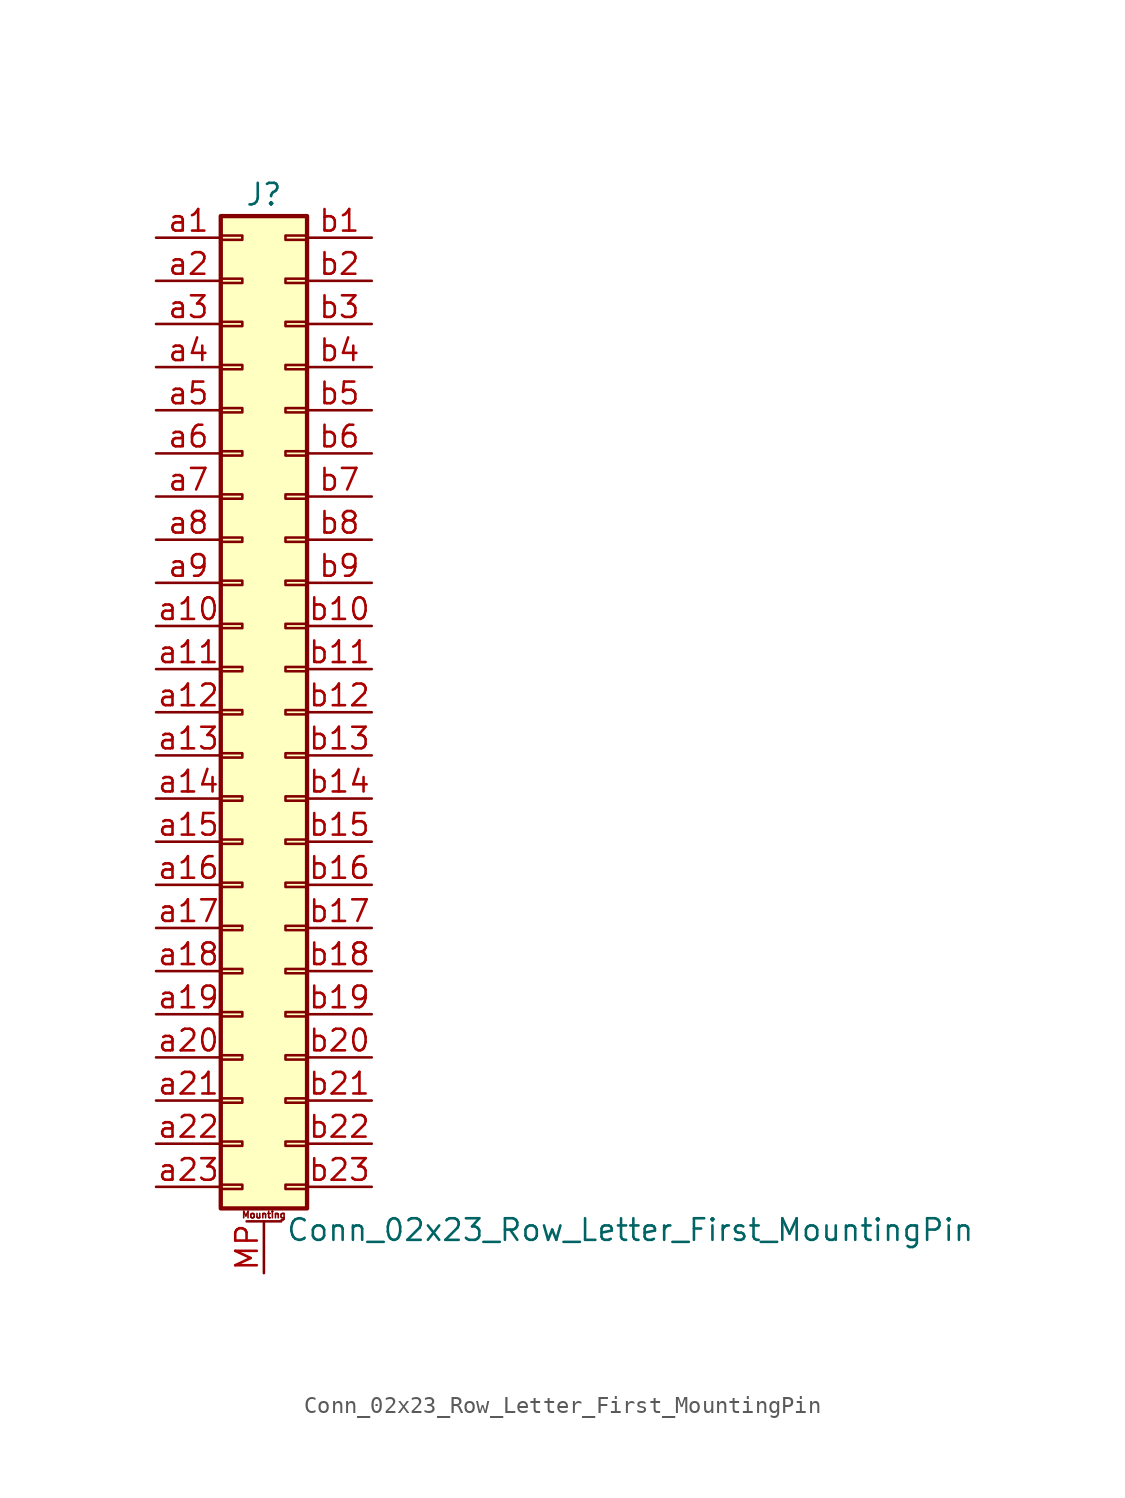
<source format=kicad_sym>
(kicad_symbol_lib
  (version 20211014)
  (generator kicad_symbol_editor)
  (symbol "Conn_02x23_Row_Letter_First_MountingPin"
    (pin_names
      (offset 1.016) hide)
    (property "Reference" "J"
      (at 1.27 30.48 0)
      (effects (font (size 1.27 1.27))))
    (property "Value" "Conn_02x23_Row_Letter_First_MountingPin"
      (at 2.54 -30.48 0)
      (effects (font (size 1.27 1.27)) (justify left)))
    (symbol "Conn_02x23_Row_Letter_First_MountingPin_1_1"
      (rectangle (start -1.27 -27.813) (end 0 -28.067) (stroke (width 0.152) (type default) (color 0 0 0 0)) (fill (type none)))
      (rectangle (start -1.27 -25.273) (end 0 -25.527) (stroke (width 0.152) (type default) (color 0 0 0 0)) (fill (type none)))
      (rectangle (start -1.27 -22.733) (end 0 -22.987) (stroke (width 0.152) (type default) (color 0 0 0 0)) (fill (type none)))
      (rectangle (start -1.27 -20.193) (end 0 -20.447) (stroke (width 0.152) (type default) (color 0 0 0 0)) (fill (type none)))
      (rectangle (start -1.27 -17.653) (end 0 -17.907) (stroke (width 0.152) (type default) (color 0 0 0 0)) (fill (type none)))
      (rectangle (start -1.27 -15.113) (end 0 -15.367) (stroke (width 0.152) (type default) (color 0 0 0 0)) (fill (type none)))
      (rectangle (start -1.27 -12.573) (end 0 -12.827) (stroke (width 0.152) (type default) (color 0 0 0 0)) (fill (type none)))
      (rectangle (start -1.27 -10.033) (end 0 -10.287) (stroke (width 0.152) (type default) (color 0 0 0 0)) (fill (type none)))
      (rectangle (start -1.27 -7.493) (end 0 -7.747) (stroke (width 0.152) (type default) (color 0 0 0 0)) (fill (type none)))
      (rectangle (start -1.27 -4.953) (end 0 -5.207) (stroke (width 0.152) (type default) (color 0 0 0 0)) (fill (type none)))
      (rectangle (start -1.27 -2.413) (end 0 -2.667) (stroke (width 0.152) (type default) (color 0 0 0 0)) (fill (type none)))
      (rectangle (start -1.27 0.127) (end 0 -0.127) (stroke (width 0.152) (type default) (color 0 0 0 0)) (fill (type none)))
      (rectangle (start -1.27 2.667) (end 0 2.413) (stroke (width 0.152) (type default) (color 0 0 0 0)) (fill (type none)))
      (rectangle (start -1.27 5.207) (end 0 4.953) (stroke (width 0.152) (type default) (color 0 0 0 0)) (fill (type none)))
      (rectangle (start -1.27 7.747) (end 0 7.493) (stroke (width 0.152) (type default) (color 0 0 0 0)) (fill (type none)))
      (rectangle (start -1.27 10.287) (end 0 10.033) (stroke (width 0.152) (type default) (color 0 0 0 0)) (fill (type none)))
      (rectangle (start -1.27 12.827) (end 0 12.573) (stroke (width 0.152) (type default) (color 0 0 0 0)) (fill (type none)))
      (rectangle (start -1.27 15.367) (end 0 15.113) (stroke (width 0.152) (type default) (color 0 0 0 0)) (fill (type none)))
      (rectangle (start -1.27 17.907) (end 0 17.653) (stroke (width 0.152) (type default) (color 0 0 0 0)) (fill (type none)))
      (rectangle (start -1.27 20.447) (end 0 20.193) (stroke (width 0.152) (type default) (color 0 0 0 0)) (fill (type none)))
      (rectangle (start -1.27 22.987) (end 0 22.733) (stroke (width 0.152) (type default) (color 0 0 0 0)) (fill (type none)))
      (rectangle (start -1.27 25.527) (end 0 25.273) (stroke (width 0.152) (type default) (color 0 0 0 0)) (fill (type none)))
      (rectangle (start -1.27 28.067) (end 0 27.813) (stroke (width 0.152) (type default) (color 0 0 0 0)) (fill (type none)))
      (rectangle (start -1.27 29.21) (end 3.81 -29.21) (stroke (width 0.254) (type default) (color 0 0 0 0)) (fill (type background)))
      (polyline (pts (xy 0.254 -29.972) (xy 2.286 -29.972)) (stroke (width 0.152) (type default) (color 0 0 0 0)) (fill (type none)))
      (rectangle (start 3.81 -27.813) (end 2.54 -28.067) (stroke (width 0.152) (type default) (color 0 0 0 0)) (fill (type none)))
      (rectangle (start 3.81 -25.273) (end 2.54 -25.527) (stroke (width 0.152) (type default) (color 0 0 0 0)) (fill (type none)))
      (rectangle (start 3.81 -22.733) (end 2.54 -22.987) (stroke (width 0.152) (type default) (color 0 0 0 0)) (fill (type none)))
      (rectangle (start 3.81 -20.193) (end 2.54 -20.447) (stroke (width 0.152) (type default) (color 0 0 0 0)) (fill (type none)))
      (rectangle (start 3.81 -17.653) (end 2.54 -17.907) (stroke (width 0.152) (type default) (color 0 0 0 0)) (fill (type none)))
      (rectangle (start 3.81 -15.113) (end 2.54 -15.367) (stroke (width 0.152) (type default) (color 0 0 0 0)) (fill (type none)))
      (rectangle (start 3.81 -12.573) (end 2.54 -12.827) (stroke (width 0.152) (type default) (color 0 0 0 0)) (fill (type none)))
      (rectangle (start 3.81 -10.033) (end 2.54 -10.287) (stroke (width 0.152) (type default) (color 0 0 0 0)) (fill (type none)))
      (rectangle (start 3.81 -7.493) (end 2.54 -7.747) (stroke (width 0.152) (type default) (color 0 0 0 0)) (fill (type none)))
      (rectangle (start 3.81 -4.953) (end 2.54 -5.207) (stroke (width 0.152) (type default) (color 0 0 0 0)) (fill (type none)))
      (rectangle (start 3.81 -2.413) (end 2.54 -2.667) (stroke (width 0.152) (type default) (color 0 0 0 0)) (fill (type none)))
      (rectangle (start 3.81 0.127) (end 2.54 -0.127) (stroke (width 0.152) (type default) (color 0 0 0 0)) (fill (type none)))
      (rectangle (start 3.81 2.667) (end 2.54 2.413) (stroke (width 0.152) (type default) (color 0 0 0 0)) (fill (type none)))
      (rectangle (start 3.81 5.207) (end 2.54 4.953) (stroke (width 0.152) (type default) (color 0 0 0 0)) (fill (type none)))
      (rectangle (start 3.81 7.747) (end 2.54 7.493) (stroke (width 0.152) (type default) (color 0 0 0 0)) (fill (type none)))
      (rectangle (start 3.81 10.287) (end 2.54 10.033) (stroke (width 0.152) (type default) (color 0 0 0 0)) (fill (type none)))
      (rectangle (start 3.81 12.827) (end 2.54 12.573) (stroke (width 0.152) (type default) (color 0 0 0 0)) (fill (type none)))
      (rectangle (start 3.81 15.367) (end 2.54 15.113) (stroke (width 0.152) (type default) (color 0 0 0 0)) (fill (type none)))
      (rectangle (start 3.81 17.907) (end 2.54 17.653) (stroke (width 0.152) (type default) (color 0 0 0 0)) (fill (type none)))
      (rectangle (start 3.81 20.447) (end 2.54 20.193) (stroke (width 0.152) (type default) (color 0 0 0 0)) (fill (type none)))
      (rectangle (start 3.81 22.987) (end 2.54 22.733) (stroke (width 0.152) (type default) (color 0 0 0 0)) (fill (type none)))
      (rectangle (start 3.81 25.527) (end 2.54 25.273) (stroke (width 0.152) (type default) (color 0 0 0 0)) (fill (type none)))
      (rectangle (start 3.81 28.067) (end 2.54 27.813) (stroke (width 0.152) (type default) (color 0 0 0 0)) (fill (type none)))
      (text "Mounting" (at 1.27 -29.591 0) (effects (font (size 0.381 0.381))))
      (pin passive line (at 1.27 -33.02 90) (length 3.048) (name "MountPin" (effects (font (size 1.27 1.27)))) (number "MP" (effects (font (size 1.27 1.27)))))
      (pin passive line (at -5.08 27.94 0) (length 3.81) (name "Pin_a1" (effects (font (size 1.27 1.27)))) (number "a1" (effects (font (size 1.27 1.27)))))
      (pin passive line (at -5.08 5.08 0) (length 3.81) (name "Pin_a10" (effects (font (size 1.27 1.27)))) (number "a10" (effects (font (size 1.27 1.27)))))
      (pin passive line (at -5.08 2.54 0) (length 3.81) (name "Pin_a11" (effects (font (size 1.27 1.27)))) (number "a11" (effects (font (size 1.27 1.27)))))
      (pin passive line (at -5.08 0 0) (length 3.81) (name "Pin_a12" (effects (font (size 1.27 1.27)))) (number "a12" (effects (font (size 1.27 1.27)))))
      (pin passive line (at -5.08 -2.54 0) (length 3.81) (name "Pin_a13" (effects (font (size 1.27 1.27)))) (number "a13" (effects (font (size 1.27 1.27)))))
      (pin passive line (at -5.08 -5.08 0) (length 3.81) (name "Pin_a14" (effects (font (size 1.27 1.27)))) (number "a14" (effects (font (size 1.27 1.27)))))
      (pin passive line (at -5.08 -7.62 0) (length 3.81) (name "Pin_a15" (effects (font (size 1.27 1.27)))) (number "a15" (effects (font (size 1.27 1.27)))))
      (pin passive line (at -5.08 -10.16 0) (length 3.81) (name "Pin_a16" (effects (font (size 1.27 1.27)))) (number "a16" (effects (font (size 1.27 1.27)))))
      (pin passive line (at -5.08 -12.7 0) (length 3.81) (name "Pin_a17" (effects (font (size 1.27 1.27)))) (number "a17" (effects (font (size 1.27 1.27)))))
      (pin passive line (at -5.08 -15.24 0) (length 3.81) (name "Pin_a18" (effects (font (size 1.27 1.27)))) (number "a18" (effects (font (size 1.27 1.27)))))
      (pin passive line (at -5.08 -17.78 0) (length 3.81) (name "Pin_a19" (effects (font (size 1.27 1.27)))) (number "a19" (effects (font (size 1.27 1.27)))))
      (pin passive line (at -5.08 25.4 0) (length 3.81) (name "Pin_a2" (effects (font (size 1.27 1.27)))) (number "a2" (effects (font (size 1.27 1.27)))))
      (pin passive line (at -5.08 -20.32 0) (length 3.81) (name "Pin_a20" (effects (font (size 1.27 1.27)))) (number "a20" (effects (font (size 1.27 1.27)))))
      (pin passive line (at -5.08 -22.86 0) (length 3.81) (name "Pin_a21" (effects (font (size 1.27 1.27)))) (number "a21" (effects (font (size 1.27 1.27)))))
      (pin passive line (at -5.08 -25.4 0) (length 3.81) (name "Pin_a22" (effects (font (size 1.27 1.27)))) (number "a22" (effects (font (size 1.27 1.27)))))
      (pin passive line (at -5.08 -27.94 0) (length 3.81) (name "Pin_a23" (effects (font (size 1.27 1.27)))) (number "a23" (effects (font (size 1.27 1.27)))))
      (pin passive line (at -5.08 22.86 0) (length 3.81) (name "Pin_a3" (effects (font (size 1.27 1.27)))) (number "a3" (effects (font (size 1.27 1.27)))))
      (pin passive line (at -5.08 20.32 0) (length 3.81) (name "Pin_a4" (effects (font (size 1.27 1.27)))) (number "a4" (effects (font (size 1.27 1.27)))))
      (pin passive line (at -5.08 17.78 0) (length 3.81) (name "Pin_a5" (effects (font (size 1.27 1.27)))) (number "a5" (effects (font (size 1.27 1.27)))))
      (pin passive line (at -5.08 15.24 0) (length 3.81) (name "Pin_a6" (effects (font (size 1.27 1.27)))) (number "a6" (effects (font (size 1.27 1.27)))))
      (pin passive line (at -5.08 12.7 0) (length 3.81) (name "Pin_a7" (effects (font (size 1.27 1.27)))) (number "a7" (effects (font (size 1.27 1.27)))))
      (pin passive line (at -5.08 10.16 0) (length 3.81) (name "Pin_a8" (effects (font (size 1.27 1.27)))) (number "a8" (effects (font (size 1.27 1.27)))))
      (pin passive line (at -5.08 7.62 0) (length 3.81) (name "Pin_a9" (effects (font (size 1.27 1.27)))) (number "a9" (effects (font (size 1.27 1.27)))))
      (pin passive line (at 7.62 27.94 180) (length 3.81) (name "Pin_b1" (effects (font (size 1.27 1.27)))) (number "b1" (effects (font (size 1.27 1.27)))))
      (pin passive line (at 7.62 5.08 180) (length 3.81) (name "Pin_b10" (effects (font (size 1.27 1.27)))) (number "b10" (effects (font (size 1.27 1.27)))))
      (pin passive line (at 7.62 2.54 180) (length 3.81) (name "Pin_b11" (effects (font (size 1.27 1.27)))) (number "b11" (effects (font (size 1.27 1.27)))))
      (pin passive line (at 7.62 0 180) (length 3.81) (name "Pin_b12" (effects (font (size 1.27 1.27)))) (number "b12" (effects (font (size 1.27 1.27)))))
      (pin passive line (at 7.62 -2.54 180) (length 3.81) (name "Pin_b13" (effects (font (size 1.27 1.27)))) (number "b13" (effects (font (size 1.27 1.27)))))
      (pin passive line (at 7.62 -5.08 180) (length 3.81) (name "Pin_b14" (effects (font (size 1.27 1.27)))) (number "b14" (effects (font (size 1.27 1.27)))))
      (pin passive line (at 7.62 -7.62 180) (length 3.81) (name "Pin_b15" (effects (font (size 1.27 1.27)))) (number "b15" (effects (font (size 1.27 1.27)))))
      (pin passive line (at 7.62 -10.16 180) (length 3.81) (name "Pin_b16" (effects (font (size 1.27 1.27)))) (number "b16" (effects (font (size 1.27 1.27)))))
      (pin passive line (at 7.62 -12.7 180) (length 3.81) (name "Pin_b17" (effects (font (size 1.27 1.27)))) (number "b17" (effects (font (size 1.27 1.27)))))
      (pin passive line (at 7.62 -15.24 180) (length 3.81) (name "Pin_b18" (effects (font (size 1.27 1.27)))) (number "b18" (effects (font (size 1.27 1.27)))))
      (pin passive line (at 7.62 -17.78 180) (length 3.81) (name "Pin_b19" (effects (font (size 1.27 1.27)))) (number "b19" (effects (font (size 1.27 1.27)))))
      (pin passive line (at 7.62 25.4 180) (length 3.81) (name "Pin_b2" (effects (font (size 1.27 1.27)))) (number "b2" (effects (font (size 1.27 1.27)))))
      (pin passive line (at 7.62 -20.32 180) (length 3.81) (name "Pin_b20" (effects (font (size 1.27 1.27)))) (number "b20" (effects (font (size 1.27 1.27)))))
      (pin passive line (at 7.62 -22.86 180) (length 3.81) (name "Pin_b21" (effects (font (size 1.27 1.27)))) (number "b21" (effects (font (size 1.27 1.27)))))
      (pin passive line (at 7.62 -25.4 180) (length 3.81) (name "Pin_b22" (effects (font (size 1.27 1.27)))) (number "b22" (effects (font (size 1.27 1.27)))))
      (pin passive line (at 7.62 -27.94 180) (length 3.81) (name "Pin_b23" (effects (font (size 1.27 1.27)))) (number "b23" (effects (font (size 1.27 1.27)))))
      (pin passive line (at 7.62 22.86 180) (length 3.81) (name "Pin_b3" (effects (font (size 1.27 1.27)))) (number "b3" (effects (font (size 1.27 1.27)))))
      (pin passive line (at 7.62 20.32 180) (length 3.81) (name "Pin_b4" (effects (font (size 1.27 1.27)))) (number "b4" (effects (font (size 1.27 1.27)))))
      (pin passive line (at 7.62 17.78 180) (length 3.81) (name "Pin_b5" (effects (font (size 1.27 1.27)))) (number "b5" (effects (font (size 1.27 1.27)))))
      (pin passive line (at 7.62 15.24 180) (length 3.81) (name "Pin_b6" (effects (font (size 1.27 1.27)))) (number "b6" (effects (font (size 1.27 1.27)))))
      (pin passive line (at 7.62 12.7 180) (length 3.81) (name "Pin_b7" (effects (font (size 1.27 1.27)))) (number "b7" (effects (font (size 1.27 1.27)))))
      (pin passive line (at 7.62 10.16 180) (length 3.81) (name "Pin_b8" (effects (font (size 1.27 1.27)))) (number "b8" (effects (font (size 1.27 1.27)))))
      (pin passive line (at 7.62 7.62 180) (length 3.81) (name "Pin_b9" (effects (font (size 1.27 1.27)))) (number "b9" (effects (font (size 1.27 1.27))))))))
</source>
